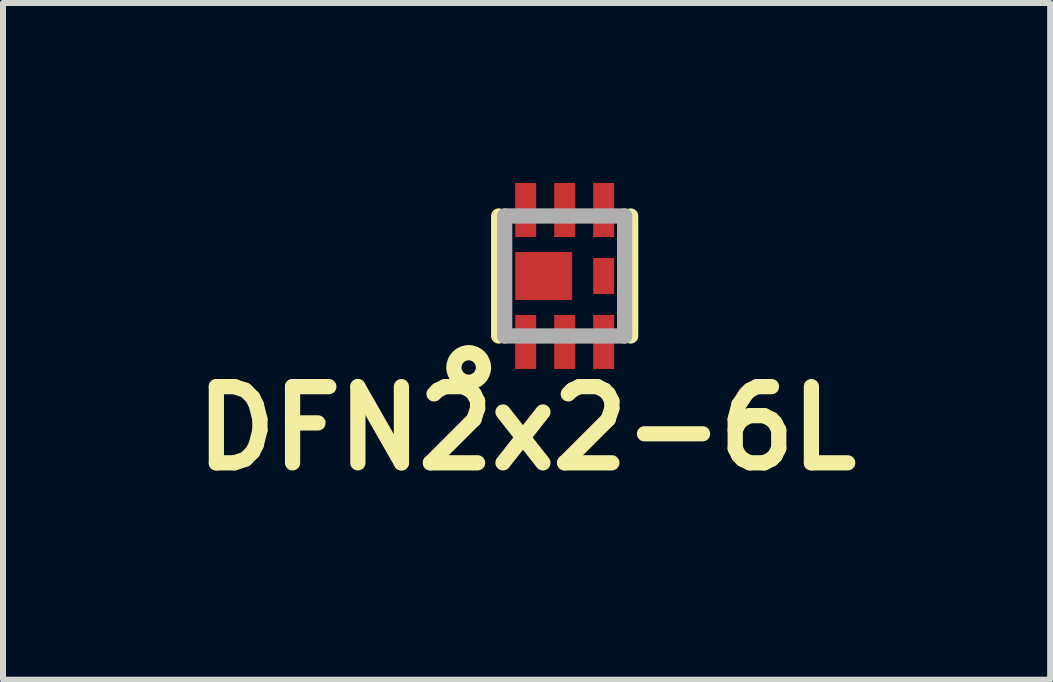
<source format=kicad_pcb>
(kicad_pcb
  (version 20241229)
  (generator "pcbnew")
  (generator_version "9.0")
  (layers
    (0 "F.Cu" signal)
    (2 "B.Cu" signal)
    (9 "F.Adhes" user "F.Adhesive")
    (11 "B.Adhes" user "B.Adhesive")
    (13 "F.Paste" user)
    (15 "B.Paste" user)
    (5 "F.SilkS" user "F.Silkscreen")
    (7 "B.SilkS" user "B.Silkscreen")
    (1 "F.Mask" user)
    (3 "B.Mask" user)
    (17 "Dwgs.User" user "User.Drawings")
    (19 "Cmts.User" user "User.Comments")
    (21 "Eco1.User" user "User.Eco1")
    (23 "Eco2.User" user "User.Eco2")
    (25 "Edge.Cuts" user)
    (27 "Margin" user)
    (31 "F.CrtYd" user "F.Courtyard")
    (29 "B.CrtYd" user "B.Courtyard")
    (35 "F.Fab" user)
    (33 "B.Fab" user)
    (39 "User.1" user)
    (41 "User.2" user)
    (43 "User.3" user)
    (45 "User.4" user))
  (footprint "DFN2x2-6L"
    (layer "F.Cu")
    (at 6.362 1.55)
    (property "Reference" "DFN2x2-6L" (at -0.635 2.54 0) (layer "F.SilkS") (effects (font (size 1.27 1.27) (thickness 0.254))))
    (attr smd)
    (fp_line (start -1.1 -1) (end -1.1 1) (stroke (width 0.254) (type solid)) (layer "F.SilkS"))
    (fp_line (start 1.1 -1) (end 1.1 1) (stroke (width 0.254) (type solid)) (layer "F.SilkS"))
    (fp_circle (center -1.6 1.525) (end -1.5 1.75) (stroke (width 0.254) (type solid)) (fill no) (layer "F.SilkS"))
    (fp_line (start -1 -1) (end 1 -1) (stroke (width 0.254) (type solid)) (layer "F.Fab"))
    (fp_line (start -1 1) (end -1 -1) (stroke (width 0.254) (type solid)) (layer "F.Fab"))
    (fp_line (start 1 -1) (end 1 1) (stroke (width 0.254) (type solid)) (layer "F.Fab"))
    (fp_line (start 1 1) (end -1 1) (stroke (width 0.254) (type solid)) (layer "F.Fab"))
    (pad "1" smd rect (at -0.65 1.1 270) (size 0.9 0.35) (layers "F.Cu" "F.Mask" "F.Paste"))
    (pad "2" smd rect (at 0 1.1 270) (size 0.9 0.35) (layers "F.Cu" "F.Mask" "F.Paste"))
    (pad "3" smd rect (at 0.65 1.1 270) (size 0.9 0.35) (layers "F.Cu" "F.Mask" "F.Paste"))
    (pad "4" smd rect (at 0.65 -1.1 270) (size 0.9 0.35) (layers "F.Cu" "F.Mask" "F.Paste"))
    (pad "5" smd rect (at 0 -1.1 270) (size 0.9 0.35) (layers "F.Cu" "F.Mask" "F.Paste"))
    (pad "6" smd rect (at -0.65 -1.1 270) (size 0.9 0.35) (layers "F.Cu" "F.Mask" "F.Paste"))
    (pad "7" smd rect (at -0.35 0 270) (size 0.8 0.95) (layers "F.Cu" "F.Mask" "F.Paste"))
    (pad "8" smd rect (at 0.65 0 270) (size 0.6 0.35) (layers "F.Cu" "F.Mask" "F.Paste")))
  (gr_rect
    (start -3 -3)
    (end 14.454 8.279)
    (stroke (width 0.1) (type default))
    (fill no)
    (layer "Edge.Cuts")))
</source>
